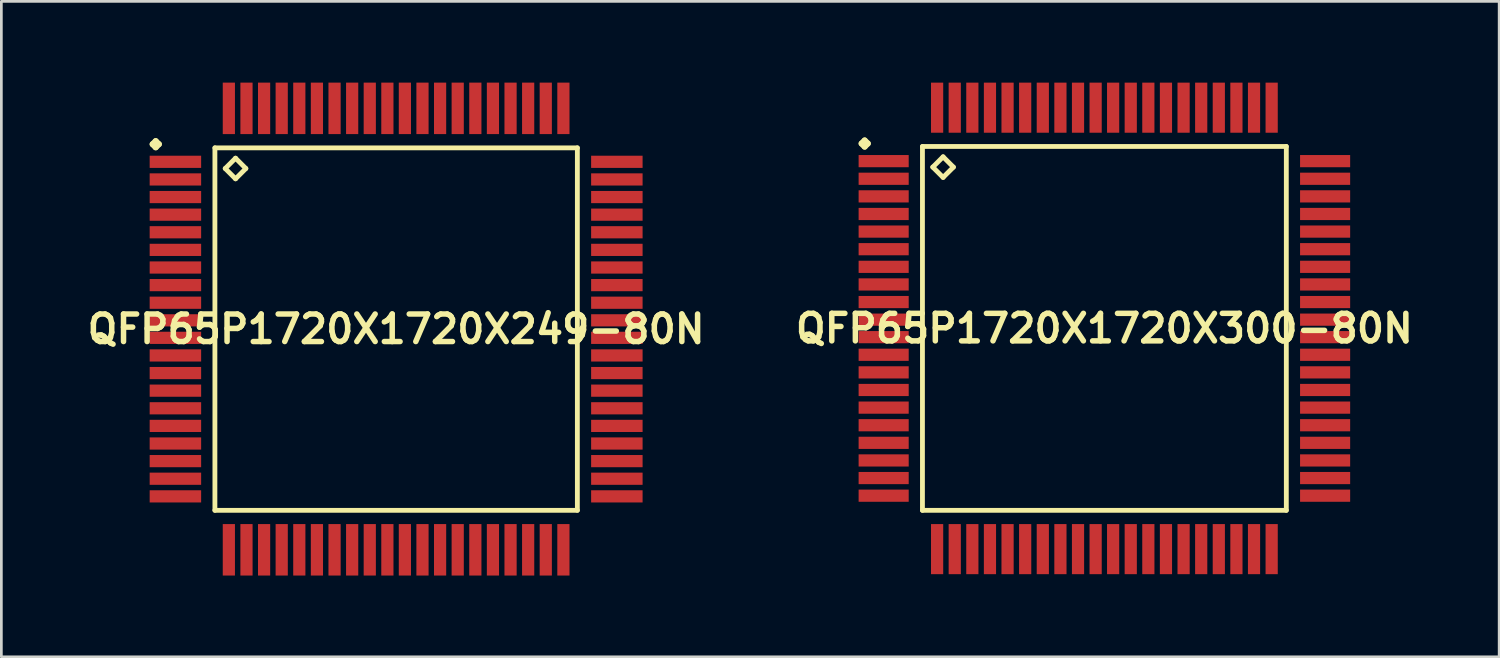
<source format=kicad_pcb>
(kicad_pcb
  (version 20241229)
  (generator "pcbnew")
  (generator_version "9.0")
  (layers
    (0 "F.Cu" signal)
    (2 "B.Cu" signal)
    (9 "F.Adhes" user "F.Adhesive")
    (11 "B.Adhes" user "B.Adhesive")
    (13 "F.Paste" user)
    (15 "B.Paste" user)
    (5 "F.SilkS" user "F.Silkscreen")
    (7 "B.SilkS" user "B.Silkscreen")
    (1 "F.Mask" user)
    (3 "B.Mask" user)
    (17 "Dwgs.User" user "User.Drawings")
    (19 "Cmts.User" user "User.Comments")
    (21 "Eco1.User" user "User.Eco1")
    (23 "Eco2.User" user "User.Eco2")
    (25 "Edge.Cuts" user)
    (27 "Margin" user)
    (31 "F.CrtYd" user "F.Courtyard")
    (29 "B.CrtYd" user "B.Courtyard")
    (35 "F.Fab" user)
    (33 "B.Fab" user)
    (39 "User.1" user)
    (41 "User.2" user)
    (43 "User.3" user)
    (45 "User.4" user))
  (footprint "QFP65P1720X1720X249-80N"
    (layer "F.Cu")
    (at 11.573 9.098)
    (property "Reference" "QFP65P1720X1720X249-80N" (at 0 0 0) (layer "F.SilkS") (effects (font (size 1.016 1.016) (thickness 0.203))))
    (attr smd)
    (fp_line (start -8.987 -6.825) (end -8.875 -6.937) (stroke (width 0.224) (type solid)) (layer "F.SilkS"))
    (fp_line (start -8.875 -6.937) (end -8.76 -6.825) (stroke (width 0.224) (type solid)) (layer "F.SilkS"))
    (fp_line (start -8.875 -6.711) (end -8.987 -6.825) (stroke (width 0.224) (type solid)) (layer "F.SilkS"))
    (fp_line (start -8.76 -6.825) (end -8.875 -6.711) (stroke (width 0.224) (type solid)) (layer "F.SilkS"))
    (fp_line (start -6.69 -6.69) (end -6.69 6.69) (stroke (width 0.178) (type solid)) (layer "F.SilkS"))
    (fp_line (start -6.69 6.69) (end 6.69 6.69) (stroke (width 0.178) (type solid)) (layer "F.SilkS"))
    (fp_line (start -6.309 -5.928) (end -5.928 -6.309) (stroke (width 0.178) (type solid)) (layer "F.SilkS"))
    (fp_line (start -5.928 -6.309) (end -5.547 -5.928) (stroke (width 0.178) (type solid)) (layer "F.SilkS"))
    (fp_line (start -5.928 -5.547) (end -6.309 -5.928) (stroke (width 0.178) (type solid)) (layer "F.SilkS"))
    (fp_line (start -5.547 -5.928) (end -5.928 -5.547) (stroke (width 0.178) (type solid)) (layer "F.SilkS"))
    (fp_line (start 6.69 -6.69) (end -6.69 -6.69) (stroke (width 0.178) (type solid)) (layer "F.SilkS"))
    (fp_line (start 6.69 6.69) (end 6.69 -6.69) (stroke (width 0.178) (type solid)) (layer "F.SilkS"))
    (pad "1" smd rect (at -8.148 -6.175) (size 1.9 0.45) (layers "F.Cu" "F.Mask" "F.Paste"))
    (pad "2" smd rect (at -8.148 -5.524) (size 1.9 0.45) (layers "F.Cu" "F.Mask" "F.Paste"))
    (pad "3" smd rect (at -8.148 -4.874) (size 1.9 0.45) (layers "F.Cu" "F.Mask" "F.Paste"))
    (pad "4" smd rect (at -8.148 -4.224) (size 1.9 0.45) (layers "F.Cu" "F.Mask" "F.Paste"))
    (pad "5" smd rect (at -8.148 -3.574) (size 1.9 0.45) (layers "F.Cu" "F.Mask" "F.Paste"))
    (pad "6" smd rect (at -8.148 -2.924) (size 1.9 0.45) (layers "F.Cu" "F.Mask" "F.Paste"))
    (pad "7" smd rect (at -8.148 -2.273) (size 1.9 0.45) (layers "F.Cu" "F.Mask" "F.Paste"))
    (pad "8" smd rect (at -8.148 -1.623) (size 1.9 0.45) (layers "F.Cu" "F.Mask" "F.Paste"))
    (pad "9" smd rect (at -8.148 -0.973) (size 1.9 0.45) (layers "F.Cu" "F.Mask" "F.Paste"))
    (pad "10" smd rect (at -8.148 -0.323) (size 1.9 0.45) (layers "F.Cu" "F.Mask" "F.Paste"))
    (pad "11" smd rect (at -8.148 0.323) (size 1.9 0.45) (layers "F.Cu" "F.Mask" "F.Paste"))
    (pad "12" smd rect (at -8.148 0.973) (size 1.9 0.45) (layers "F.Cu" "F.Mask" "F.Paste"))
    (pad "13" smd rect (at -8.148 1.623) (size 1.9 0.45) (layers "F.Cu" "F.Mask" "F.Paste"))
    (pad "14" smd rect (at -8.148 2.273) (size 1.9 0.45) (layers "F.Cu" "F.Mask" "F.Paste"))
    (pad "15" smd rect (at -8.148 2.924) (size 1.9 0.45) (layers "F.Cu" "F.Mask" "F.Paste"))
    (pad "16" smd rect (at -8.148 3.574) (size 1.9 0.45) (layers "F.Cu" "F.Mask" "F.Paste"))
    (pad "17" smd rect (at -8.148 4.224) (size 1.9 0.45) (layers "F.Cu" "F.Mask" "F.Paste"))
    (pad "18" smd rect (at -8.148 4.874) (size 1.9 0.45) (layers "F.Cu" "F.Mask" "F.Paste"))
    (pad "19" smd rect (at -8.148 5.524) (size 1.9 0.45) (layers "F.Cu" "F.Mask" "F.Paste"))
    (pad "20" smd rect (at -8.148 6.175) (size 1.9 0.45) (layers "F.Cu" "F.Mask" "F.Paste"))
    (pad "21" smd rect (at -6.175 8.148) (size 0.45 1.9) (layers "F.Cu" "F.Mask" "F.Paste"))
    (pad "22" smd rect (at -5.524 8.148) (size 0.45 1.9) (layers "F.Cu" "F.Mask" "F.Paste"))
    (pad "23" smd rect (at -4.874 8.148) (size 0.45 1.9) (layers "F.Cu" "F.Mask" "F.Paste"))
    (pad "24" smd rect (at -4.224 8.148) (size 0.45 1.9) (layers "F.Cu" "F.Mask" "F.Paste"))
    (pad "25" smd rect (at -3.574 8.148) (size 0.45 1.9) (layers "F.Cu" "F.Mask" "F.Paste"))
    (pad "26" smd rect (at -2.924 8.148) (size 0.45 1.9) (layers "F.Cu" "F.Mask" "F.Paste"))
    (pad "27" smd rect (at -2.273 8.148) (size 0.45 1.9) (layers "F.Cu" "F.Mask" "F.Paste"))
    (pad "28" smd rect (at -1.623 8.148) (size 0.45 1.9) (layers "F.Cu" "F.Mask" "F.Paste"))
    (pad "29" smd rect (at -0.973 8.148) (size 0.45 1.9) (layers "F.Cu" "F.Mask" "F.Paste"))
    (pad "30" smd rect (at -0.323 8.148) (size 0.45 1.9) (layers "F.Cu" "F.Mask" "F.Paste"))
    (pad "31" smd rect (at 0.323 8.148) (size 0.45 1.9) (layers "F.Cu" "F.Mask" "F.Paste"))
    (pad "32" smd rect (at 0.973 8.148) (size 0.45 1.9) (layers "F.Cu" "F.Mask" "F.Paste"))
    (pad "33" smd rect (at 1.623 8.148) (size 0.45 1.9) (layers "F.Cu" "F.Mask" "F.Paste"))
    (pad "34" smd rect (at 2.273 8.148) (size 0.45 1.9) (layers "F.Cu" "F.Mask" "F.Paste"))
    (pad "35" smd rect (at 2.924 8.148) (size 0.45 1.9) (layers "F.Cu" "F.Mask" "F.Paste"))
    (pad "36" smd rect (at 3.574 8.148) (size 0.45 1.9) (layers "F.Cu" "F.Mask" "F.Paste"))
    (pad "37" smd rect (at 4.224 8.148) (size 0.45 1.9) (layers "F.Cu" "F.Mask" "F.Paste"))
    (pad "38" smd rect (at 4.874 8.148) (size 0.45 1.9) (layers "F.Cu" "F.Mask" "F.Paste"))
    (pad "39" smd rect (at 5.524 8.148) (size 0.45 1.9) (layers "F.Cu" "F.Mask" "F.Paste"))
    (pad "40" smd rect (at 6.175 8.148) (size 0.45 1.9) (layers "F.Cu" "F.Mask" "F.Paste"))
    (pad "41" smd rect (at 8.148 6.175) (size 1.9 0.45) (layers "F.Cu" "F.Mask" "F.Paste"))
    (pad "42" smd rect (at 8.148 5.524) (size 1.9 0.45) (layers "F.Cu" "F.Mask" "F.Paste"))
    (pad "43" smd rect (at 8.148 4.874) (size 1.9 0.45) (layers "F.Cu" "F.Mask" "F.Paste"))
    (pad "44" smd rect (at 8.148 4.224) (size 1.9 0.45) (layers "F.Cu" "F.Mask" "F.Paste"))
    (pad "45" smd rect (at 8.148 3.574) (size 1.9 0.45) (layers "F.Cu" "F.Mask" "F.Paste"))
    (pad "46" smd rect (at 8.148 2.924) (size 1.9 0.45) (layers "F.Cu" "F.Mask" "F.Paste"))
    (pad "47" smd rect (at 8.148 2.273) (size 1.9 0.45) (layers "F.Cu" "F.Mask" "F.Paste"))
    (pad "48" smd rect (at 8.148 1.623) (size 1.9 0.45) (layers "F.Cu" "F.Mask" "F.Paste"))
    (pad "49" smd rect (at 8.148 0.973) (size 1.9 0.45) (layers "F.Cu" "F.Mask" "F.Paste"))
    (pad "50" smd rect (at 8.148 0.323) (size 1.9 0.45) (layers "F.Cu" "F.Mask" "F.Paste"))
    (pad "51" smd rect (at 8.148 -0.323) (size 1.9 0.45) (layers "F.Cu" "F.Mask" "F.Paste"))
    (pad "52" smd rect (at 8.148 -0.973) (size 1.9 0.45) (layers "F.Cu" "F.Mask" "F.Paste"))
    (pad "53" smd rect (at 8.148 -1.623) (size 1.9 0.45) (layers "F.Cu" "F.Mask" "F.Paste"))
    (pad "54" smd rect (at 8.148 -2.273) (size 1.9 0.45) (layers "F.Cu" "F.Mask" "F.Paste"))
    (pad "55" smd rect (at 8.148 -2.924) (size 1.9 0.45) (layers "F.Cu" "F.Mask" "F.Paste"))
    (pad "56" smd rect (at 8.148 -3.574) (size 1.9 0.45) (layers "F.Cu" "F.Mask" "F.Paste"))
    (pad "57" smd rect (at 8.148 -4.224) (size 1.9 0.45) (layers "F.Cu" "F.Mask" "F.Paste"))
    (pad "58" smd rect (at 8.148 -4.874) (size 1.9 0.45) (layers "F.Cu" "F.Mask" "F.Paste"))
    (pad "59" smd rect (at 8.148 -5.524) (size 1.9 0.45) (layers "F.Cu" "F.Mask" "F.Paste"))
    (pad "60" smd rect (at 8.148 -6.175) (size 1.9 0.45) (layers "F.Cu" "F.Mask" "F.Paste"))
    (pad "61" smd rect (at 6.175 -8.148) (size 0.45 1.9) (layers "F.Cu" "F.Mask" "F.Paste"))
    (pad "62" smd rect (at 5.524 -8.148) (size 0.45 1.9) (layers "F.Cu" "F.Mask" "F.Paste"))
    (pad "63" smd rect (at 4.874 -8.148) (size 0.45 1.9) (layers "F.Cu" "F.Mask" "F.Paste"))
    (pad "64" smd rect (at 4.224 -8.148) (size 0.45 1.9) (layers "F.Cu" "F.Mask" "F.Paste"))
    (pad "65" smd rect (at 3.574 -8.148) (size 0.45 1.9) (layers "F.Cu" "F.Mask" "F.Paste"))
    (pad "66" smd rect (at 2.924 -8.148) (size 0.45 1.9) (layers "F.Cu" "F.Mask" "F.Paste"))
    (pad "67" smd rect (at 2.273 -8.148) (size 0.45 1.9) (layers "F.Cu" "F.Mask" "F.Paste"))
    (pad "68" smd rect (at 1.623 -8.148) (size 0.45 1.9) (layers "F.Cu" "F.Mask" "F.Paste"))
    (pad "69" smd rect (at 0.973 -8.148) (size 0.45 1.9) (layers "F.Cu" "F.Mask" "F.Paste"))
    (pad "70" smd rect (at 0.323 -8.148) (size 0.45 1.9) (layers "F.Cu" "F.Mask" "F.Paste"))
    (pad "71" smd rect (at -0.323 -8.148) (size 0.45 1.9) (layers "F.Cu" "F.Mask" "F.Paste"))
    (pad "72" smd rect (at -0.973 -8.148) (size 0.45 1.9) (layers "F.Cu" "F.Mask" "F.Paste"))
    (pad "73" smd rect (at -1.623 -8.148) (size 0.45 1.9) (layers "F.Cu" "F.Mask" "F.Paste"))
    (pad "74" smd rect (at -2.273 -8.148) (size 0.45 1.9) (layers "F.Cu" "F.Mask" "F.Paste"))
    (pad "75" smd rect (at -2.924 -8.148) (size 0.45 1.9) (layers "F.Cu" "F.Mask" "F.Paste"))
    (pad "76" smd rect (at -3.574 -8.148) (size 0.45 1.9) (layers "F.Cu" "F.Mask" "F.Paste"))
    (pad "77" smd rect (at -4.224 -8.148) (size 0.45 1.9) (layers "F.Cu" "F.Mask" "F.Paste"))
    (pad "78" smd rect (at -4.874 -8.148) (size 0.45 1.9) (layers "F.Cu" "F.Mask" "F.Paste"))
    (pad "79" smd rect (at -5.524 -8.148) (size 0.45 1.9) (layers "F.Cu" "F.Mask" "F.Paste"))
    (pad "80" smd rect (at -6.175 -8.148) (size 0.45 1.9) (layers "F.Cu" "F.Mask" "F.Paste")))
  (footprint "QFP65P1720X1720X300-80N"
    (layer "F.Cu")
    (at 37.718 9.073)
    (property "Reference" "QFP65P1720X1720X300-80N" (at 0 0 0) (layer "F.SilkS") (effects (font (size 1.016 1.016) (thickness 0.203))))
    (attr smd)
    (fp_line (start -8.961 -6.825) (end -8.849 -6.937) (stroke (width 0.224) (type solid)) (layer "F.SilkS"))
    (fp_line (start -8.849 -6.937) (end -8.735 -6.825) (stroke (width 0.224) (type solid)) (layer "F.SilkS"))
    (fp_line (start -8.849 -6.711) (end -8.961 -6.825) (stroke (width 0.224) (type solid)) (layer "F.SilkS"))
    (fp_line (start -8.735 -6.825) (end -8.849 -6.711) (stroke (width 0.224) (type solid)) (layer "F.SilkS"))
    (fp_line (start -6.716 -6.716) (end -6.716 6.716) (stroke (width 0.178) (type solid)) (layer "F.SilkS"))
    (fp_line (start -6.716 6.716) (end 6.716 6.716) (stroke (width 0.178) (type solid)) (layer "F.SilkS"))
    (fp_line (start -6.335 -5.954) (end -5.954 -6.335) (stroke (width 0.178) (type solid)) (layer "F.SilkS"))
    (fp_line (start -5.954 -6.335) (end -5.573 -5.954) (stroke (width 0.178) (type solid)) (layer "F.SilkS"))
    (fp_line (start -5.954 -5.573) (end -6.335 -5.954) (stroke (width 0.178) (type solid)) (layer "F.SilkS"))
    (fp_line (start -5.573 -5.954) (end -5.954 -5.573) (stroke (width 0.178) (type solid)) (layer "F.SilkS"))
    (fp_line (start 6.716 -6.716) (end -6.716 -6.716) (stroke (width 0.178) (type solid)) (layer "F.SilkS"))
    (fp_line (start 6.716 6.716) (end 6.716 -6.716) (stroke (width 0.178) (type solid)) (layer "F.SilkS"))
    (pad "1" smd rect (at -8.148 -6.175) (size 1.849 0.45) (layers "F.Cu" "F.Mask" "F.Paste"))
    (pad "2" smd rect (at -8.148 -5.524) (size 1.849 0.45) (layers "F.Cu" "F.Mask" "F.Paste"))
    (pad "3" smd rect (at -8.148 -4.874) (size 1.849 0.45) (layers "F.Cu" "F.Mask" "F.Paste"))
    (pad "4" smd rect (at -8.148 -4.224) (size 1.849 0.45) (layers "F.Cu" "F.Mask" "F.Paste"))
    (pad "5" smd rect (at -8.148 -3.574) (size 1.849 0.45) (layers "F.Cu" "F.Mask" "F.Paste"))
    (pad "6" smd rect (at -8.148 -2.924) (size 1.849 0.45) (layers "F.Cu" "F.Mask" "F.Paste"))
    (pad "7" smd rect (at -8.148 -2.273) (size 1.849 0.45) (layers "F.Cu" "F.Mask" "F.Paste"))
    (pad "8" smd rect (at -8.148 -1.623) (size 1.849 0.45) (layers "F.Cu" "F.Mask" "F.Paste"))
    (pad "9" smd rect (at -8.148 -0.973) (size 1.849 0.45) (layers "F.Cu" "F.Mask" "F.Paste"))
    (pad "10" smd rect (at -8.148 -0.323) (size 1.849 0.45) (layers "F.Cu" "F.Mask" "F.Paste"))
    (pad "11" smd rect (at -8.148 0.323) (size 1.849 0.45) (layers "F.Cu" "F.Mask" "F.Paste"))
    (pad "12" smd rect (at -8.148 0.973) (size 1.849 0.45) (layers "F.Cu" "F.Mask" "F.Paste"))
    (pad "13" smd rect (at -8.148 1.623) (size 1.849 0.45) (layers "F.Cu" "F.Mask" "F.Paste"))
    (pad "14" smd rect (at -8.148 2.273) (size 1.849 0.45) (layers "F.Cu" "F.Mask" "F.Paste"))
    (pad "15" smd rect (at -8.148 2.924) (size 1.849 0.45) (layers "F.Cu" "F.Mask" "F.Paste"))
    (pad "16" smd rect (at -8.148 3.574) (size 1.849 0.45) (layers "F.Cu" "F.Mask" "F.Paste"))
    (pad "17" smd rect (at -8.148 4.224) (size 1.849 0.45) (layers "F.Cu" "F.Mask" "F.Paste"))
    (pad "18" smd rect (at -8.148 4.874) (size 1.849 0.45) (layers "F.Cu" "F.Mask" "F.Paste"))
    (pad "19" smd rect (at -8.148 5.524) (size 1.849 0.45) (layers "F.Cu" "F.Mask" "F.Paste"))
    (pad "20" smd rect (at -8.148 6.175) (size 1.849 0.45) (layers "F.Cu" "F.Mask" "F.Paste"))
    (pad "21" smd rect (at -6.175 8.148) (size 0.45 1.849) (layers "F.Cu" "F.Mask" "F.Paste"))
    (pad "22" smd rect (at -5.524 8.148) (size 0.45 1.849) (layers "F.Cu" "F.Mask" "F.Paste"))
    (pad "23" smd rect (at -4.874 8.148) (size 0.45 1.849) (layers "F.Cu" "F.Mask" "F.Paste"))
    (pad "24" smd rect (at -4.224 8.148) (size 0.45 1.849) (layers "F.Cu" "F.Mask" "F.Paste"))
    (pad "25" smd rect (at -3.574 8.148) (size 0.45 1.849) (layers "F.Cu" "F.Mask" "F.Paste"))
    (pad "26" smd rect (at -2.924 8.148) (size 0.45 1.849) (layers "F.Cu" "F.Mask" "F.Paste"))
    (pad "27" smd rect (at -2.273 8.148) (size 0.45 1.849) (layers "F.Cu" "F.Mask" "F.Paste"))
    (pad "28" smd rect (at -1.623 8.148) (size 0.45 1.849) (layers "F.Cu" "F.Mask" "F.Paste"))
    (pad "29" smd rect (at -0.973 8.148) (size 0.45 1.849) (layers "F.Cu" "F.Mask" "F.Paste"))
    (pad "30" smd rect (at -0.323 8.148) (size 0.45 1.849) (layers "F.Cu" "F.Mask" "F.Paste"))
    (pad "31" smd rect (at 0.323 8.148) (size 0.45 1.849) (layers "F.Cu" "F.Mask" "F.Paste"))
    (pad "32" smd rect (at 0.973 8.148) (size 0.45 1.849) (layers "F.Cu" "F.Mask" "F.Paste"))
    (pad "33" smd rect (at 1.623 8.148) (size 0.45 1.849) (layers "F.Cu" "F.Mask" "F.Paste"))
    (pad "34" smd rect (at 2.273 8.148) (size 0.45 1.849) (layers "F.Cu" "F.Mask" "F.Paste"))
    (pad "35" smd rect (at 2.924 8.148) (size 0.45 1.849) (layers "F.Cu" "F.Mask" "F.Paste"))
    (pad "36" smd rect (at 3.574 8.148) (size 0.45 1.849) (layers "F.Cu" "F.Mask" "F.Paste"))
    (pad "37" smd rect (at 4.224 8.148) (size 0.45 1.849) (layers "F.Cu" "F.Mask" "F.Paste"))
    (pad "38" smd rect (at 4.874 8.148) (size 0.45 1.849) (layers "F.Cu" "F.Mask" "F.Paste"))
    (pad "39" smd rect (at 5.524 8.148) (size 0.45 1.849) (layers "F.Cu" "F.Mask" "F.Paste"))
    (pad "40" smd rect (at 6.175 8.148) (size 0.45 1.849) (layers "F.Cu" "F.Mask" "F.Paste"))
    (pad "41" smd rect (at 8.148 6.175) (size 1.849 0.45) (layers "F.Cu" "F.Mask" "F.Paste"))
    (pad "42" smd rect (at 8.148 5.524) (size 1.849 0.45) (layers "F.Cu" "F.Mask" "F.Paste"))
    (pad "43" smd rect (at 8.148 4.874) (size 1.849 0.45) (layers "F.Cu" "F.Mask" "F.Paste"))
    (pad "44" smd rect (at 8.148 4.224) (size 1.849 0.45) (layers "F.Cu" "F.Mask" "F.Paste"))
    (pad "45" smd rect (at 8.148 3.574) (size 1.849 0.45) (layers "F.Cu" "F.Mask" "F.Paste"))
    (pad "46" smd rect (at 8.148 2.924) (size 1.849 0.45) (layers "F.Cu" "F.Mask" "F.Paste"))
    (pad "47" smd rect (at 8.148 2.273) (size 1.849 0.45) (layers "F.Cu" "F.Mask" "F.Paste"))
    (pad "48" smd rect (at 8.148 1.623) (size 1.849 0.45) (layers "F.Cu" "F.Mask" "F.Paste"))
    (pad "49" smd rect (at 8.148 0.973) (size 1.849 0.45) (layers "F.Cu" "F.Mask" "F.Paste"))
    (pad "50" smd rect (at 8.148 0.323) (size 1.849 0.45) (layers "F.Cu" "F.Mask" "F.Paste"))
    (pad "51" smd rect (at 8.148 -0.323) (size 1.849 0.45) (layers "F.Cu" "F.Mask" "F.Paste"))
    (pad "52" smd rect (at 8.148 -0.973) (size 1.849 0.45) (layers "F.Cu" "F.Mask" "F.Paste"))
    (pad "53" smd rect (at 8.148 -1.623) (size 1.849 0.45) (layers "F.Cu" "F.Mask" "F.Paste"))
    (pad "54" smd rect (at 8.148 -2.273) (size 1.849 0.45) (layers "F.Cu" "F.Mask" "F.Paste"))
    (pad "55" smd rect (at 8.148 -2.924) (size 1.849 0.45) (layers "F.Cu" "F.Mask" "F.Paste"))
    (pad "56" smd rect (at 8.148 -3.574) (size 1.849 0.45) (layers "F.Cu" "F.Mask" "F.Paste"))
    (pad "57" smd rect (at 8.148 -4.224) (size 1.849 0.45) (layers "F.Cu" "F.Mask" "F.Paste"))
    (pad "58" smd rect (at 8.148 -4.874) (size 1.849 0.45) (layers "F.Cu" "F.Mask" "F.Paste"))
    (pad "59" smd rect (at 8.148 -5.524) (size 1.849 0.45) (layers "F.Cu" "F.Mask" "F.Paste"))
    (pad "60" smd rect (at 8.148 -6.175) (size 1.849 0.45) (layers "F.Cu" "F.Mask" "F.Paste"))
    (pad "61" smd rect (at 6.175 -8.148) (size 0.45 1.849) (layers "F.Cu" "F.Mask" "F.Paste"))
    (pad "62" smd rect (at 5.524 -8.148) (size 0.45 1.849) (layers "F.Cu" "F.Mask" "F.Paste"))
    (pad "63" smd rect (at 4.874 -8.148) (size 0.45 1.849) (layers "F.Cu" "F.Mask" "F.Paste"))
    (pad "64" smd rect (at 4.224 -8.148) (size 0.45 1.849) (layers "F.Cu" "F.Mask" "F.Paste"))
    (pad "65" smd rect (at 3.574 -8.148) (size 0.45 1.849) (layers "F.Cu" "F.Mask" "F.Paste"))
    (pad "66" smd rect (at 2.924 -8.148) (size 0.45 1.849) (layers "F.Cu" "F.Mask" "F.Paste"))
    (pad "67" smd rect (at 2.273 -8.148) (size 0.45 1.849) (layers "F.Cu" "F.Mask" "F.Paste"))
    (pad "68" smd rect (at 1.623 -8.148) (size 0.45 1.849) (layers "F.Cu" "F.Mask" "F.Paste"))
    (pad "69" smd rect (at 0.973 -8.148) (size 0.45 1.849) (layers "F.Cu" "F.Mask" "F.Paste"))
    (pad "70" smd rect (at 0.323 -8.148) (size 0.45 1.849) (layers "F.Cu" "F.Mask" "F.Paste"))
    (pad "71" smd rect (at -0.323 -8.148) (size 0.45 1.849) (layers "F.Cu" "F.Mask" "F.Paste"))
    (pad "72" smd rect (at -0.973 -8.148) (size 0.45 1.849) (layers "F.Cu" "F.Mask" "F.Paste"))
    (pad "73" smd rect (at -1.623 -8.148) (size 0.45 1.849) (layers "F.Cu" "F.Mask" "F.Paste"))
    (pad "74" smd rect (at -2.273 -8.148) (size 0.45 1.849) (layers "F.Cu" "F.Mask" "F.Paste"))
    (pad "75" smd rect (at -2.924 -8.148) (size 0.45 1.849) (layers "F.Cu" "F.Mask" "F.Paste"))
    (pad "76" smd rect (at -3.574 -8.148) (size 0.45 1.849) (layers "F.Cu" "F.Mask" "F.Paste"))
    (pad "77" smd rect (at -4.224 -8.148) (size 0.45 1.849) (layers "F.Cu" "F.Mask" "F.Paste"))
    (pad "78" smd rect (at -4.874 -8.148) (size 0.45 1.849) (layers "F.Cu" "F.Mask" "F.Paste"))
    (pad "79" smd rect (at -5.524 -8.148) (size 0.45 1.849) (layers "F.Cu" "F.Mask" "F.Paste"))
    (pad "80" smd rect (at -6.175 -8.148) (size 0.45 1.849) (layers "F.Cu" "F.Mask" "F.Paste")))
  (gr_rect
    (start -3 -3)
    (end 52.291 21.197)
    (stroke (width 0.1) (type default))
    (fill no)
    (layer "Edge.Cuts")))
</source>
